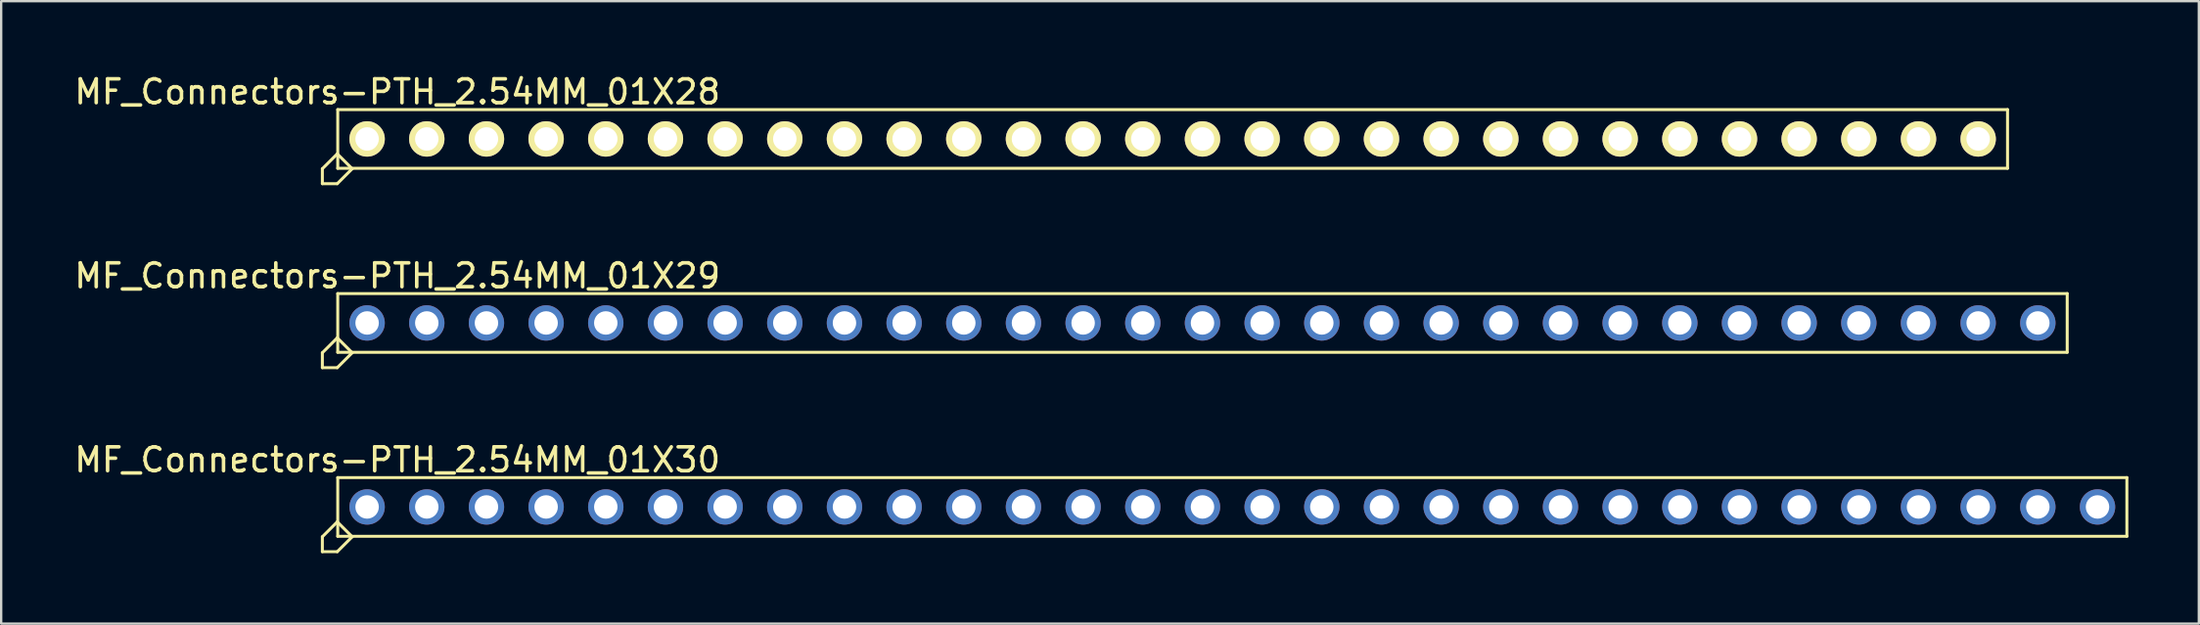
<source format=kicad_pcb>
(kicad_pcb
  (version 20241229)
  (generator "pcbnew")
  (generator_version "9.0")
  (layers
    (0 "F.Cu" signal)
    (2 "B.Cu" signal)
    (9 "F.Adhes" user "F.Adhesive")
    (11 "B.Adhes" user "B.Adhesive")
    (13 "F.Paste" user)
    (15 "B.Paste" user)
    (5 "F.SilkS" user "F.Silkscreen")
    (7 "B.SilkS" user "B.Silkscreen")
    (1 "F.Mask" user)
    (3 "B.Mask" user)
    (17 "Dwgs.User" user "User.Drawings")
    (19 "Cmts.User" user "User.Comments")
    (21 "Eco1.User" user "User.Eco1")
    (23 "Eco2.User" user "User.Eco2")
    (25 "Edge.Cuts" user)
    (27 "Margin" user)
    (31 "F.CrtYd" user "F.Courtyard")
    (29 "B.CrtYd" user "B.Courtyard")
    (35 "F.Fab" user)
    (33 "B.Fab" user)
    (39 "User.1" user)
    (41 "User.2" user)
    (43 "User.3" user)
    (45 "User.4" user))
  (footprint "MF_Connectors-PTH_2.54MM_01X28"
    (layer "F.Cu")
    (at 46.867 2.868)
    (property "Reference" "MF_Connectors-PTH_2.54MM_01X28" (at -33 -2.007 0) (layer "F.SilkS") (effects (font (size 1.016 1.016) (thickness 0.152))))
    (attr exclude_from_pos_files exclude_from_bom)
    (fp_line (start -36.195 1.27) (end -36.195 1.905) (stroke (width 0.127) (type solid)) (layer "F.SilkS"))
    (fp_line (start -36.195 1.905) (end -35.56 1.905) (stroke (width 0.127) (type solid)) (layer "F.SilkS"))
    (fp_line (start -35.56 0.635) (end -36.195 1.27) (stroke (width 0.127) (type solid)) (layer "F.SilkS"))
    (fp_line (start -35.56 1.905) (end -34.925 1.27) (stroke (width 0.127) (type solid)) (layer "F.SilkS"))
    (fp_line (start -35.54 -1.25) (end 35.54 -1.25) (stroke (width 0.127) (type solid)) (layer "F.SilkS"))
    (fp_line (start -35.54 1.25) (end -35.54 -1.25) (stroke (width 0.127) (type solid)) (layer "F.SilkS"))
    (fp_line (start -34.925 1.27) (end -35.56 0.635) (stroke (width 0.127) (type solid)) (layer "F.SilkS"))
    (fp_line (start 35.54 -1.25) (end 35.54 1.25) (stroke (width 0.127) (type solid)) (layer "F.SilkS"))
    (fp_line (start 35.54 1.25) (end -35.54 1.25) (stroke (width 0.127) (type solid)) (layer "F.SilkS"))
    (pad "P$1" thru_hole circle (at -34.29 0) (size 1.506 1.506) (drill 0.998) (layers "*.Cu" "F.Mask" "F.SilkS" "F.Paste"))
    (pad "P$2" thru_hole circle (at -31.75 0) (size 1.506 1.506) (drill 0.998) (layers "*.Cu" "F.Mask" "F.SilkS" "F.Paste"))
    (pad "P$3" thru_hole circle (at -29.21 0) (size 1.506 1.506) (drill 0.998) (layers "*.Cu" "F.Mask" "F.SilkS" "F.Paste"))
    (pad "P$4" thru_hole circle (at -26.67 0) (size 1.506 1.506) (drill 0.998) (layers "*.Cu" "F.Mask" "F.SilkS" "F.Paste"))
    (pad "P$5" thru_hole circle (at -24.13 0) (size 1.506 1.506) (drill 0.998) (layers "*.Cu" "F.Mask" "F.SilkS" "F.Paste"))
    (pad "P$6" thru_hole circle (at -21.59 0) (size 1.506 1.506) (drill 0.998) (layers "*.Cu" "F.Mask" "F.SilkS" "F.Paste"))
    (pad "P$7" thru_hole circle (at -19.05 0) (size 1.506 1.506) (drill 0.998) (layers "*.Cu" "F.Mask" "F.SilkS" "F.Paste"))
    (pad "P$8" thru_hole circle (at -16.51 0) (size 1.506 1.506) (drill 0.998) (layers "*.Cu" "F.Mask" "F.SilkS" "F.Paste"))
    (pad "P$9" thru_hole circle (at -13.97 0) (size 1.506 1.506) (drill 0.998) (layers "*.Cu" "F.Mask" "F.SilkS" "F.Paste"))
    (pad "P$10" thru_hole circle (at -11.43 0) (size 1.506 1.506) (drill 0.998) (layers "*.Cu" "F.Mask" "F.SilkS" "F.Paste"))
    (pad "P$11" thru_hole circle (at -8.89 0) (size 1.506 1.506) (drill 0.998) (layers "*.Cu" "F.Mask" "F.SilkS" "F.Paste"))
    (pad "P$12" thru_hole circle (at -6.35 0) (size 1.506 1.506) (drill 0.998) (layers "*.Cu" "F.Mask" "F.SilkS" "F.Paste"))
    (pad "P$13" thru_hole circle (at -3.81 0) (size 1.506 1.506) (drill 0.998) (layers "*.Cu" "F.Mask" "F.SilkS" "F.Paste"))
    (pad "P$14" thru_hole circle (at -1.27 0) (size 1.506 1.506) (drill 0.998) (layers "*.Cu" "F.Mask" "F.SilkS" "F.Paste"))
    (pad "P$15" thru_hole circle (at 1.27 0) (size 1.506 1.506) (drill 0.998) (layers "*.Cu" "F.Mask" "F.SilkS" "F.Paste"))
    (pad "P$16" thru_hole circle (at 3.81 0) (size 1.506 1.506) (drill 0.998) (layers "*.Cu" "F.Mask" "F.SilkS" "F.Paste"))
    (pad "P$17" thru_hole circle (at 6.35 0) (size 1.506 1.506) (drill 0.998) (layers "*.Cu" "F.Mask" "F.SilkS" "F.Paste"))
    (pad "P$18" thru_hole circle (at 8.89 0) (size 1.506 1.506) (drill 0.998) (layers "*.Cu" "F.Mask" "F.SilkS" "F.Paste"))
    (pad "P$19" thru_hole circle (at 11.43 0) (size 1.506 1.506) (drill 0.998) (layers "*.Cu" "F.Mask" "F.SilkS" "F.Paste"))
    (pad "P$20" thru_hole circle (at 13.97 0) (size 1.506 1.506) (drill 0.998) (layers "*.Cu" "F.Mask" "F.SilkS" "F.Paste"))
    (pad "P$21" thru_hole circle (at 16.51 0) (size 1.506 1.506) (drill 0.998) (layers "*.Cu" "F.Mask" "F.SilkS" "F.Paste"))
    (pad "P$22" thru_hole circle (at 19.05 0) (size 1.506 1.506) (drill 0.998) (layers "*.Cu" "F.Mask" "F.SilkS" "F.Paste"))
    (pad "P$23" thru_hole circle (at 21.59 0) (size 1.506 1.506) (drill 0.998) (layers "*.Cu" "F.Mask" "F.SilkS" "F.Paste"))
    (pad "P$24" thru_hole circle (at 24.13 0) (size 1.506 1.506) (drill 0.998) (layers "*.Cu" "F.Mask" "F.SilkS" "F.Paste"))
    (pad "P$25" thru_hole circle (at 26.67 0) (size 1.506 1.506) (drill 0.998) (layers "*.Cu" "F.Mask" "F.SilkS" "F.Paste"))
    (pad "P$26" thru_hole circle (at 29.21 0) (size 1.506 1.506) (drill 0.998) (layers "*.Cu" "F.Mask" "F.SilkS" "F.Paste"))
    (pad "P$27" thru_hole circle (at 31.75 0) (size 1.506 1.506) (drill 0.998) (layers "*.Cu" "F.Mask" "F.SilkS" "F.Paste"))
    (pad "P$28" thru_hole circle (at 34.29 0) (size 1.506 1.506) (drill 0.998) (layers "*.Cu" "F.Mask" "F.SilkS" "F.Paste")))
  (footprint "MF_Connectors-PTH_2.54MM_01X29"
    (layer "F.Cu")
    (at 48.137 10.705)
    (property "Reference" "MF_Connectors-PTH_2.54MM_01X29" (at -34.27 -2.007 0) (layer "F.SilkS") (effects (font (size 1.016 1.016) (thickness 0.152))))
    (attr exclude_from_pos_files exclude_from_bom)
    (fp_line (start -37.465 1.27) (end -37.465 1.905) (stroke (width 0.127) (type solid)) (layer "F.SilkS"))
    (fp_line (start -37.465 1.905) (end -36.83 1.905) (stroke (width 0.127) (type solid)) (layer "F.SilkS"))
    (fp_line (start -36.83 0.635) (end -37.465 1.27) (stroke (width 0.127) (type solid)) (layer "F.SilkS"))
    (fp_line (start -36.83 1.905) (end -36.195 1.27) (stroke (width 0.127) (type solid)) (layer "F.SilkS"))
    (fp_line (start -36.81 -1.25) (end 36.81 -1.25) (stroke (width 0.127) (type solid)) (layer "F.SilkS"))
    (fp_line (start -36.81 1.25) (end -36.81 -1.25) (stroke (width 0.127) (type solid)) (layer "F.SilkS"))
    (fp_line (start -36.195 1.27) (end -36.83 0.635) (stroke (width 0.127) (type solid)) (layer "F.SilkS"))
    (fp_line (start 36.81 -1.25) (end 36.81 1.25) (stroke (width 0.127) (type solid)) (layer "F.SilkS"))
    (fp_line (start 36.81 1.25) (end -36.81 1.25) (stroke (width 0.127) (type solid)) (layer "F.SilkS"))
    (pad "1" thru_hole circle (at -35.56 0) (size 1.506 1.506) (drill 0.998) (layers "*.Cu" "*.Mask"))
    (pad "2" thru_hole circle (at -33.02 0) (size 1.506 1.506) (drill 0.998) (layers "*.Cu" "*.Mask"))
    (pad "3" thru_hole circle (at -30.48 0) (size 1.506 1.506) (drill 0.998) (layers "*.Cu" "*.Mask"))
    (pad "4" thru_hole circle (at -27.94 0) (size 1.506 1.506) (drill 0.998) (layers "*.Cu" "*.Mask"))
    (pad "5" thru_hole circle (at -25.4 0) (size 1.506 1.506) (drill 0.998) (layers "*.Cu" "*.Mask"))
    (pad "6" thru_hole circle (at -22.86 0) (size 1.506 1.506) (drill 0.998) (layers "*.Cu" "*.Mask"))
    (pad "7" thru_hole circle (at -20.32 0) (size 1.506 1.506) (drill 0.998) (layers "*.Cu" "*.Mask"))
    (pad "8" thru_hole circle (at -17.78 0) (size 1.506 1.506) (drill 0.998) (layers "*.Cu" "*.Mask"))
    (pad "9" thru_hole circle (at -15.24 0) (size 1.506 1.506) (drill 0.998) (layers "*.Cu" "*.Mask"))
    (pad "10" thru_hole circle (at -12.7 0) (size 1.506 1.506) (drill 0.998) (layers "*.Cu" "*.Mask"))
    (pad "11" thru_hole circle (at -10.16 0) (size 1.506 1.506) (drill 0.998) (layers "*.Cu" "*.Mask"))
    (pad "12" thru_hole circle (at -7.62 0) (size 1.506 1.506) (drill 0.998) (layers "*.Cu" "*.Mask"))
    (pad "13" thru_hole circle (at -5.08 0) (size 1.506 1.506) (drill 0.998) (layers "*.Cu" "*.Mask"))
    (pad "14" thru_hole circle (at -2.54 0) (size 1.506 1.506) (drill 0.998) (layers "*.Cu" "*.Mask"))
    (pad "15" thru_hole circle (at 0 0) (size 1.506 1.506) (drill 0.998) (layers "*.Cu" "*.Mask"))
    (pad "16" thru_hole circle (at 2.54 0) (size 1.506 1.506) (drill 0.998) (layers "*.Cu" "*.Mask"))
    (pad "17" thru_hole circle (at 5.08 0) (size 1.506 1.506) (drill 0.998) (layers "*.Cu" "*.Mask"))
    (pad "18" thru_hole circle (at 7.62 0) (size 1.506 1.506) (drill 0.998) (layers "*.Cu" "*.Mask"))
    (pad "19" thru_hole circle (at 10.16 0) (size 1.506 1.506) (drill 0.998) (layers "*.Cu" "*.Mask"))
    (pad "20" thru_hole circle (at 12.7 0) (size 1.506 1.506) (drill 0.998) (layers "*.Cu" "*.Mask"))
    (pad "21" thru_hole circle (at 15.24 0) (size 1.506 1.506) (drill 0.998) (layers "*.Cu" "*.Mask"))
    (pad "22" thru_hole circle (at 17.78 0) (size 1.506 1.506) (drill 0.998) (layers "*.Cu" "*.Mask"))
    (pad "23" thru_hole circle (at 20.32 0) (size 1.506 1.506) (drill 0.998) (layers "*.Cu" "*.Mask"))
    (pad "24" thru_hole circle (at 22.86 0) (size 1.506 1.506) (drill 0.998) (layers "*.Cu" "*.Mask"))
    (pad "25" thru_hole circle (at 25.4 0) (size 1.506 1.506) (drill 0.998) (layers "*.Cu" "*.Mask"))
    (pad "26" thru_hole circle (at 27.94 0) (size 1.506 1.506) (drill 0.998) (layers "*.Cu" "*.Mask"))
    (pad "27" thru_hole circle (at 30.48 0) (size 1.506 1.506) (drill 0.998) (layers "*.Cu" "*.Mask"))
    (pad "28" thru_hole circle (at 33.02 0) (size 1.506 1.506) (drill 0.998) (layers "*.Cu" "*.Mask"))
    (pad "29" thru_hole circle (at 35.56 0) (size 1.506 1.506) (drill 0.998) (layers "*.Cu" "*.Mask")))
  (footprint "MF_Connectors-PTH_2.54MM_01X30"
    (layer "F.Cu")
    (at 49.407 18.542)
    (property "Reference" "MF_Connectors-PTH_2.54MM_01X30" (at -35.54 -2.007 0) (layer "F.SilkS") (effects (font (size 1.016 1.016) (thickness 0.152))))
    (attr exclude_from_pos_files exclude_from_bom)
    (fp_line (start -38.735 1.27) (end -38.735 1.905) (stroke (width 0.127) (type solid)) (layer "F.SilkS"))
    (fp_line (start -38.735 1.905) (end -38.1 1.905) (stroke (width 0.127) (type solid)) (layer "F.SilkS"))
    (fp_line (start -38.1 0.635) (end -38.735 1.27) (stroke (width 0.127) (type solid)) (layer "F.SilkS"))
    (fp_line (start -38.1 1.905) (end -37.465 1.27) (stroke (width 0.127) (type solid)) (layer "F.SilkS"))
    (fp_line (start -38.08 -1.25) (end 38.08 -1.25) (stroke (width 0.127) (type solid)) (layer "F.SilkS"))
    (fp_line (start -38.08 1.25) (end -38.08 -1.25) (stroke (width 0.127) (type solid)) (layer "F.SilkS"))
    (fp_line (start -37.465 1.27) (end -38.1 0.635) (stroke (width 0.127) (type solid)) (layer "F.SilkS"))
    (fp_line (start 38.08 -1.25) (end 38.08 1.25) (stroke (width 0.127) (type solid)) (layer "F.SilkS"))
    (fp_line (start 38.08 1.25) (end -38.08 1.25) (stroke (width 0.127) (type solid)) (layer "F.SilkS"))
    (pad "1" thru_hole circle (at -36.83 0) (size 1.506 1.506) (drill 0.998) (layers "*.Cu" "*.Mask"))
    (pad "2" thru_hole circle (at -34.29 0) (size 1.506 1.506) (drill 0.998) (layers "*.Cu" "*.Mask"))
    (pad "3" thru_hole circle (at -31.75 0) (size 1.506 1.506) (drill 0.998) (layers "*.Cu" "*.Mask"))
    (pad "4" thru_hole circle (at -29.21 0) (size 1.506 1.506) (drill 0.998) (layers "*.Cu" "*.Mask"))
    (pad "5" thru_hole circle (at -26.67 0) (size 1.506 1.506) (drill 0.998) (layers "*.Cu" "*.Mask"))
    (pad "6" thru_hole circle (at -24.13 0) (size 1.506 1.506) (drill 0.998) (layers "*.Cu" "*.Mask"))
    (pad "7" thru_hole circle (at -21.59 0) (size 1.506 1.506) (drill 0.998) (layers "*.Cu" "*.Mask"))
    (pad "8" thru_hole circle (at -19.05 0) (size 1.506 1.506) (drill 0.998) (layers "*.Cu" "*.Mask"))
    (pad "9" thru_hole circle (at -16.51 0) (size 1.506 1.506) (drill 0.998) (layers "*.Cu" "*.Mask"))
    (pad "10" thru_hole circle (at -13.97 0) (size 1.506 1.506) (drill 0.998) (layers "*.Cu" "*.Mask"))
    (pad "11" thru_hole circle (at -11.43 0) (size 1.506 1.506) (drill 0.998) (layers "*.Cu" "*.Mask"))
    (pad "12" thru_hole circle (at -8.89 0) (size 1.506 1.506) (drill 0.998) (layers "*.Cu" "*.Mask"))
    (pad "13" thru_hole circle (at -6.35 0) (size 1.506 1.506) (drill 0.998) (layers "*.Cu" "*.Mask"))
    (pad "14" thru_hole circle (at -3.81 0) (size 1.506 1.506) (drill 0.998) (layers "*.Cu" "*.Mask"))
    (pad "15" thru_hole circle (at -1.27 0) (size 1.506 1.506) (drill 0.998) (layers "*.Cu" "*.Mask"))
    (pad "16" thru_hole circle (at 1.27 0) (size 1.506 1.506) (drill 0.998) (layers "*.Cu" "*.Mask"))
    (pad "17" thru_hole circle (at 3.81 0) (size 1.506 1.506) (drill 0.998) (layers "*.Cu" "*.Mask"))
    (pad "18" thru_hole circle (at 6.35 0) (size 1.506 1.506) (drill 0.998) (layers "*.Cu" "*.Mask"))
    (pad "19" thru_hole circle (at 8.89 0) (size 1.506 1.506) (drill 0.998) (layers "*.Cu" "*.Mask"))
    (pad "20" thru_hole circle (at 11.43 0) (size 1.506 1.506) (drill 0.998) (layers "*.Cu" "*.Mask"))
    (pad "21" thru_hole circle (at 13.97 0) (size 1.506 1.506) (drill 0.998) (layers "*.Cu" "*.Mask"))
    (pad "22" thru_hole circle (at 16.51 0) (size 1.506 1.506) (drill 0.998) (layers "*.Cu" "*.Mask"))
    (pad "23" thru_hole circle (at 19.05 0) (size 1.506 1.506) (drill 0.998) (layers "*.Cu" "*.Mask"))
    (pad "24" thru_hole circle (at 21.59 0) (size 1.506 1.506) (drill 0.998) (layers "*.Cu" "*.Mask"))
    (pad "25" thru_hole circle (at 24.13 0) (size 1.506 1.506) (drill 0.998) (layers "*.Cu" "*.Mask"))
    (pad "26" thru_hole circle (at 26.67 0) (size 1.506 1.506) (drill 0.998) (layers "*.Cu" "*.Mask"))
    (pad "27" thru_hole circle (at 29.21 0) (size 1.506 1.506) (drill 0.998) (layers "*.Cu" "*.Mask"))
    (pad "28" thru_hole circle (at 31.75 0) (size 1.506 1.506) (drill 0.998) (layers "*.Cu" "*.Mask"))
    (pad "29" thru_hole circle (at 34.29 0) (size 1.506 1.506) (drill 0.998) (layers "*.Cu" "*.Mask"))
    (pad "30" thru_hole circle (at 36.83 0) (size 1.506 1.506) (drill 0.998) (layers "*.Cu" "*.Mask")))
  (gr_rect
    (start -3 -3)
    (end 90.55 23.511)
    (stroke (width 0.1) (type default))
    (fill no)
    (layer "Edge.Cuts")))
</source>
